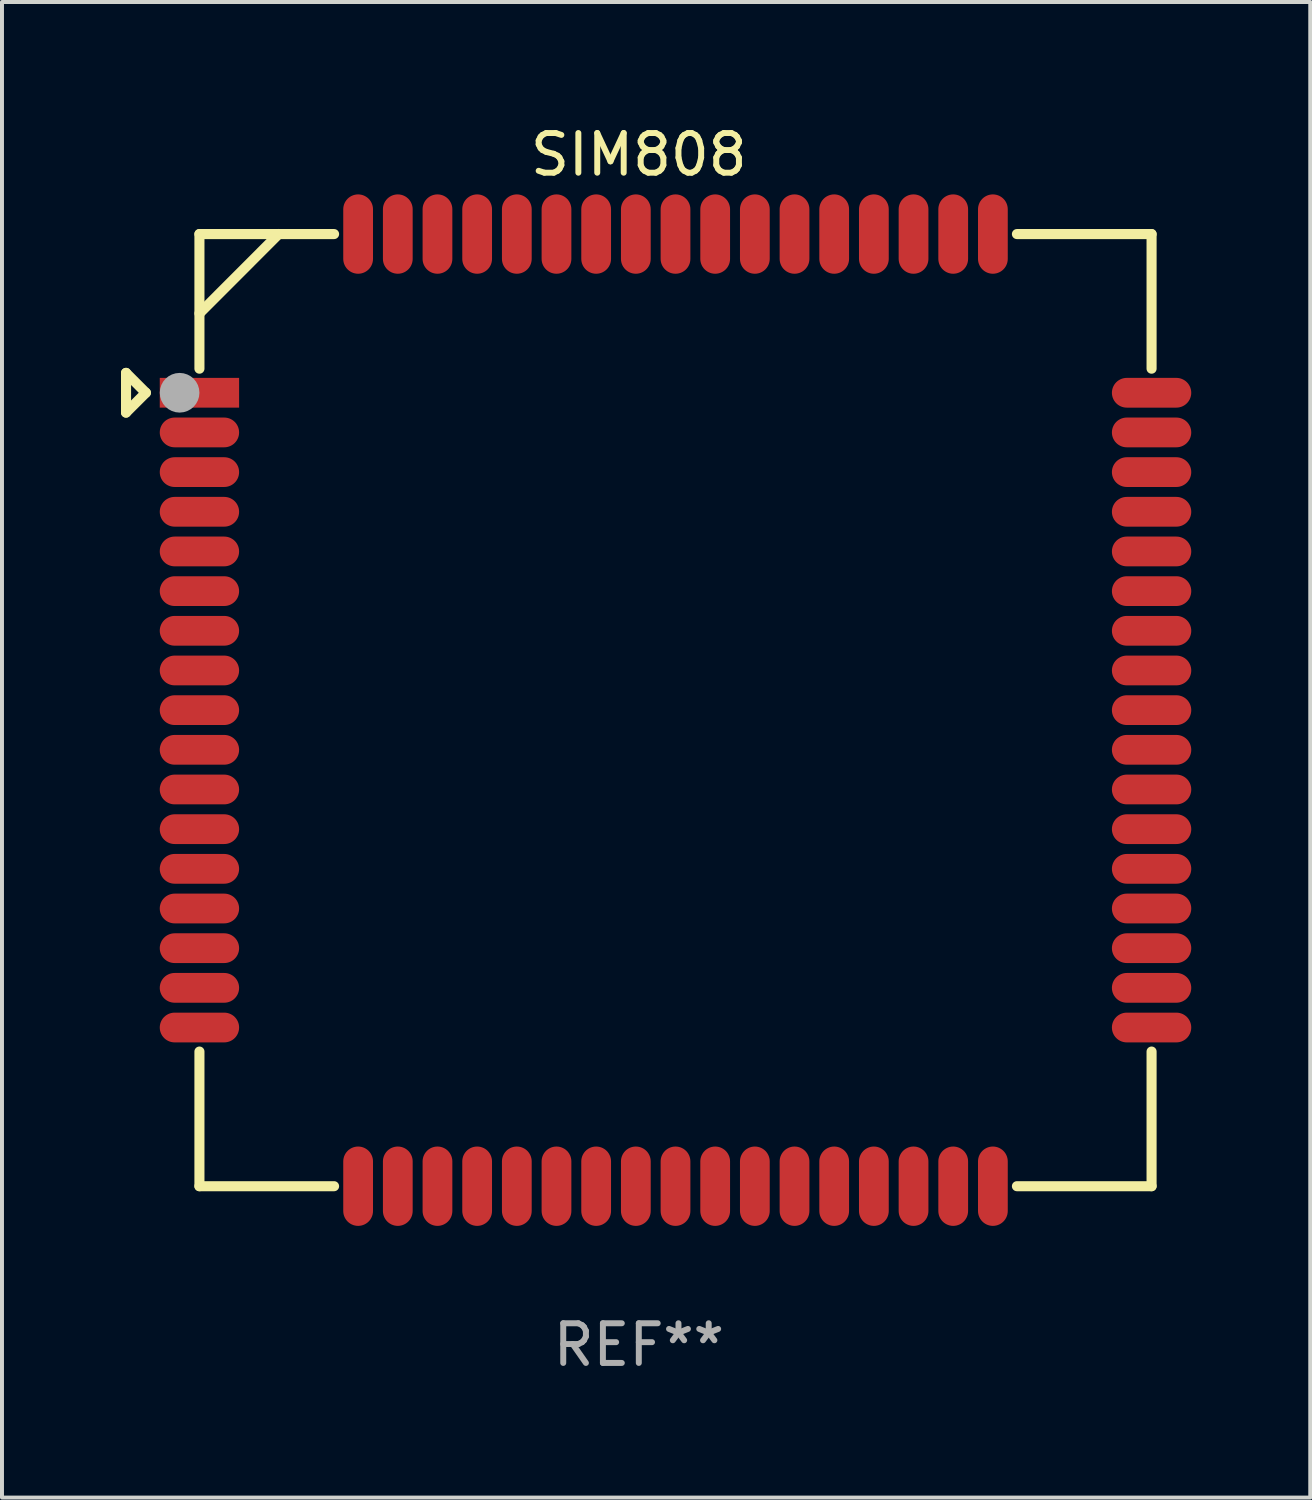
<source format=kicad_pcb>
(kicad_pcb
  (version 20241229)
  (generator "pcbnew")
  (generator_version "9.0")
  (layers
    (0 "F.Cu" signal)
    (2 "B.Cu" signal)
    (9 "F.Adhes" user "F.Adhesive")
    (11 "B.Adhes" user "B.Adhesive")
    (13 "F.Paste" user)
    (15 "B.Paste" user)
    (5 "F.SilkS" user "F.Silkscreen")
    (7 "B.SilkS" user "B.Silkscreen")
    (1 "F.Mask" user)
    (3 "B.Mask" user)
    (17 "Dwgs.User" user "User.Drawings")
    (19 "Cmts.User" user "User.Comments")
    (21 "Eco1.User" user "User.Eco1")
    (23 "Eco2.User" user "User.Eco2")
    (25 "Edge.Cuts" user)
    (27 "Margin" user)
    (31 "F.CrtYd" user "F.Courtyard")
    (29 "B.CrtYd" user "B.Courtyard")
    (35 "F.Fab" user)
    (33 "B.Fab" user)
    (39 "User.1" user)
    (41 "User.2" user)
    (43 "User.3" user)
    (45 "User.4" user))
  (footprint "SIM808"
    (layer "F.Cu")
    (at 13.052 14.849)
    (property "Reference" "SIM808" (at 0 -14.001 0) (layer "F.SilkS") (effects (font (size 1 1) (thickness 0.15))))
    (attr through_hole)
    (fp_line (start -12.925 -8.5) (end -12.925 -7.499) (stroke (width 0.254) (type solid)) (layer "F.SilkS"))
    (fp_line (start -12.925 -7.499) (end -12.425 -7.999) (stroke (width 0.254) (type solid)) (layer "F.SilkS"))
    (fp_line (start -12.425 -7.999) (end -12.925 -8.5) (stroke (width 0.254) (type solid)) (layer "F.SilkS"))
    (fp_line (start -11.075 -11.999) (end -7.681 -11.999) (stroke (width 0.254) (type solid)) (layer "F.SilkS"))
    (fp_line (start -11.075 -8.606) (end -11.075 -11.999) (stroke (width 0.254) (type solid)) (layer "F.SilkS"))
    (fp_line (start -11.075 12.001) (end -11.075 8.607) (stroke (width 0.254) (type solid)) (layer "F.SilkS"))
    (fp_line (start -9.075 -12.001) (end -11.074 -9.999) (stroke (width 0.254) (type solid)) (layer "F.SilkS"))
    (fp_line (start -7.681 12.001) (end -11.075 12.001) (stroke (width 0.254) (type solid)) (layer "F.SilkS"))
    (fp_line (start 9.531 -11.999) (end 12.925 -11.999) (stroke (width 0.254) (type solid)) (layer "F.SilkS"))
    (fp_line (start 12.925 -11.999) (end 12.925 -8.606) (stroke (width 0.254) (type solid)) (layer "F.SilkS"))
    (fp_line (start 12.925 8.607) (end 12.925 12.001) (stroke (width 0.254) (type solid)) (layer "F.SilkS"))
    (fp_line (start 12.925 12.001) (end 9.531 12.001) (stroke (width 0.254) (type solid)) (layer "F.SilkS"))
    (fp_circle (center -11.08 -12.003) (end -11.05 -12.003) (stroke (width 0.06) (type solid)) (fill no) (layer "F.SilkS"))
    (fp_circle (center -11.575 -7.999) (end -11.325 -7.999) (stroke (width 0.5) (type solid)) (fill no) (layer "F.Fab"))
    (fp_text user "REF**" (at 0 16.001 0) (layer "F.Fab") (effects (font (size 1 1) (thickness 0.15))))
    (pad "1" smd rect (at -11.075 -7.999) (size 2 0.75) (layers "F.Cu" "F.Mask" "F.Paste"))
    (pad "2" smd oval (at -11.075 -6.999) (size 2 0.75) (layers "F.Cu" "F.Mask" "F.Paste"))
    (pad "3" smd oval (at -11.075 -5.999) (size 2 0.75) (layers "F.Cu" "F.Mask" "F.Paste"))
    (pad "4" smd oval (at -11.075 -4.999) (size 2 0.75) (layers "F.Cu" "F.Mask" "F.Paste"))
    (pad "5" smd oval (at -11.075 -3.999) (size 2 0.75) (layers "F.Cu" "F.Mask" "F.Paste"))
    (pad "6" smd oval (at -11.075 -2.999) (size 2 0.75) (layers "F.Cu" "F.Mask" "F.Paste"))
    (pad "7" smd oval (at -11.075 -1.999) (size 2 0.75) (layers "F.Cu" "F.Mask" "F.Paste"))
    (pad "8" smd oval (at -11.075 -0.999) (size 2 0.75) (layers "F.Cu" "F.Mask" "F.Paste"))
    (pad "9" smd oval (at -11.075 0.001) (size 2 0.75) (layers "F.Cu" "F.Mask" "F.Paste"))
    (pad "10" smd oval (at -11.075 1.001) (size 2 0.75) (layers "F.Cu" "F.Mask" "F.Paste"))
    (pad "11" smd oval (at -11.075 2.001) (size 2 0.75) (layers "F.Cu" "F.Mask" "F.Paste"))
    (pad "12" smd oval (at -11.075 3.001) (size 2 0.75) (layers "F.Cu" "F.Mask" "F.Paste"))
    (pad "13" smd oval (at -11.075 4.001) (size 2 0.75) (layers "F.Cu" "F.Mask" "F.Paste"))
    (pad "14" smd oval (at -11.075 5.001) (size 2 0.75) (layers "F.Cu" "F.Mask" "F.Paste"))
    (pad "15" smd oval (at -11.075 6.001) (size 2 0.75) (layers "F.Cu" "F.Mask" "F.Paste"))
    (pad "16" smd oval (at -11.075 7.001) (size 2 0.75) (layers "F.Cu" "F.Mask" "F.Paste"))
    (pad "17" smd oval (at -11.075 8.001) (size 2 0.75) (layers "F.Cu" "F.Mask" "F.Paste"))
    (pad "18" smd oval (at -7.075 12.001 90) (size 2 0.75) (layers "F.Cu" "F.Mask" "F.Paste"))
    (pad "19" smd oval (at -6.075 12.001 90) (size 2 0.75) (layers "F.Cu" "F.Mask" "F.Paste"))
    (pad "20" smd oval (at -5.075 12.001 90) (size 2 0.75) (layers "F.Cu" "F.Mask" "F.Paste"))
    (pad "21" smd oval (at -4.075 12.001 90) (size 2 0.75) (layers "F.Cu" "F.Mask" "F.Paste"))
    (pad "22" smd oval (at -3.075 12.001 90) (size 2 0.75) (layers "F.Cu" "F.Mask" "F.Paste"))
    (pad "23" smd oval (at -2.075 12.001 90) (size 2 0.75) (layers "F.Cu" "F.Mask" "F.Paste"))
    (pad "24" smd oval (at -1.075 12.001 90) (size 2 0.75) (layers "F.Cu" "F.Mask" "F.Paste"))
    (pad "25" smd oval (at -0.075 12.001 90) (size 2 0.75) (layers "F.Cu" "F.Mask" "F.Paste"))
    (pad "26" smd oval (at 0.925 12.001 90) (size 2 0.75) (layers "F.Cu" "F.Mask" "F.Paste"))
    (pad "27" smd oval (at 1.925 12.001 90) (size 2 0.75) (layers "F.Cu" "F.Mask" "F.Paste"))
    (pad "28" smd oval (at 2.925 12.001 90) (size 2 0.75) (layers "F.Cu" "F.Mask" "F.Paste"))
    (pad "29" smd oval (at 3.925 12.001 90) (size 2 0.75) (layers "F.Cu" "F.Mask" "F.Paste"))
    (pad "30" smd oval (at 4.925 12.001 90) (size 2 0.75) (layers "F.Cu" "F.Mask" "F.Paste"))
    (pad "31" smd oval (at 5.925 12.001 90) (size 2 0.75) (layers "F.Cu" "F.Mask" "F.Paste"))
    (pad "32" smd oval (at 6.925 12.001 90) (size 2 0.75) (layers "F.Cu" "F.Mask" "F.Paste"))
    (pad "33" smd oval (at 7.925 12.001 90) (size 2 0.75) (layers "F.Cu" "F.Mask" "F.Paste"))
    (pad "34" smd oval (at 8.925 12.001 90) (size 2 0.75) (layers "F.Cu" "F.Mask" "F.Paste"))
    (pad "35" smd oval (at 12.925 8.001 180) (size 2 0.75) (layers "F.Cu" "F.Mask" "F.Paste"))
    (pad "36" smd oval (at 12.925 7.001 180) (size 2 0.75) (layers "F.Cu" "F.Mask" "F.Paste"))
    (pad "37" smd oval (at 12.925 6.001 180) (size 2 0.75) (layers "F.Cu" "F.Mask" "F.Paste"))
    (pad "38" smd oval (at 12.925 5.001 180) (size 2 0.75) (layers "F.Cu" "F.Mask" "F.Paste"))
    (pad "39" smd oval (at 12.925 4.001 180) (size 2 0.75) (layers "F.Cu" "F.Mask" "F.Paste"))
    (pad "40" smd oval (at 12.925 3.001 180) (size 2 0.75) (layers "F.Cu" "F.Mask" "F.Paste"))
    (pad "41" smd oval (at 12.925 2.001 180) (size 2 0.75) (layers "F.Cu" "F.Mask" "F.Paste"))
    (pad "42" smd oval (at 12.925 1.001 180) (size 2 0.75) (layers "F.Cu" "F.Mask" "F.Paste"))
    (pad "43" smd oval (at 12.925 0.001 180) (size 2 0.75) (layers "F.Cu" "F.Mask" "F.Paste"))
    (pad "44" smd oval (at 12.925 -0.999 180) (size 2 0.75) (layers "F.Cu" "F.Mask" "F.Paste"))
    (pad "45" smd oval (at 12.925 -1.999 180) (size 2 0.75) (layers "F.Cu" "F.Mask" "F.Paste"))
    (pad "46" smd oval (at 12.925 -2.999 180) (size 2 0.75) (layers "F.Cu" "F.Mask" "F.Paste"))
    (pad "47" smd oval (at 12.925 -3.999 180) (size 2 0.75) (layers "F.Cu" "F.Mask" "F.Paste"))
    (pad "48" smd oval (at 12.925 -4.999 180) (size 2 0.75) (layers "F.Cu" "F.Mask" "F.Paste"))
    (pad "49" smd oval (at 12.925 -5.999 180) (size 2 0.75) (layers "F.Cu" "F.Mask" "F.Paste"))
    (pad "50" smd oval (at 12.925 -6.999 180) (size 2 0.75) (layers "F.Cu" "F.Mask" "F.Paste"))
    (pad "51" smd oval (at 12.925 -7.999 180) (size 2 0.75) (layers "F.Cu" "F.Mask" "F.Paste"))
    (pad "52" smd oval (at 8.925 -11.999 270) (size 2 0.75) (layers "F.Cu" "F.Mask" "F.Paste"))
    (pad "53" smd oval (at 7.925 -11.999 270) (size 2 0.75) (layers "F.Cu" "F.Mask" "F.Paste"))
    (pad "54" smd oval (at 6.925 -11.999 270) (size 2 0.75) (layers "F.Cu" "F.Mask" "F.Paste"))
    (pad "55" smd oval (at 5.925 -11.999 270) (size 2 0.75) (layers "F.Cu" "F.Mask" "F.Paste"))
    (pad "56" smd oval (at 4.925 -11.999 270) (size 2 0.75) (layers "F.Cu" "F.Mask" "F.Paste"))
    (pad "57" smd oval (at 3.925 -11.999 270) (size 2 0.75) (layers "F.Cu" "F.Mask" "F.Paste"))
    (pad "58" smd oval (at 2.925 -11.999 270) (size 2 0.75) (layers "F.Cu" "F.Mask" "F.Paste"))
    (pad "59" smd oval (at 1.925 -11.999 270) (size 2 0.75) (layers "F.Cu" "F.Mask" "F.Paste"))
    (pad "60" smd oval (at 0.925 -11.999 270) (size 2 0.75) (layers "F.Cu" "F.Mask" "F.Paste"))
    (pad "61" smd oval (at -0.075 -11.999 270) (size 2 0.75) (layers "F.Cu" "F.Mask" "F.Paste"))
    (pad "62" smd oval (at -1.075 -11.999 270) (size 2 0.75) (layers "F.Cu" "F.Mask" "F.Paste"))
    (pad "63" smd oval (at -2.075 -11.999 270) (size 2 0.75) (layers "F.Cu" "F.Mask" "F.Paste"))
    (pad "64" smd oval (at -3.075 -11.999 270) (size 2 0.75) (layers "F.Cu" "F.Mask" "F.Paste"))
    (pad "65" smd oval (at -4.075 -11.999 270) (size 2 0.75) (layers "F.Cu" "F.Mask" "F.Paste"))
    (pad "66" smd oval (at -5.075 -11.999 270) (size 2 0.75) (layers "F.Cu" "F.Mask" "F.Paste"))
    (pad "67" smd oval (at -6.075 -11.999 270) (size 2 0.75) (layers "F.Cu" "F.Mask" "F.Paste"))
    (pad "68" smd oval (at -7.075 -11.999 270) (size 2 0.75) (layers "F.Cu" "F.Mask" "F.Paste")))
  (gr_rect
    (start -3 -3)
    (end 29.977 34.698)
    (stroke (width 0.1) (type default))
    (fill no)
    (layer "Edge.Cuts")))
</source>
